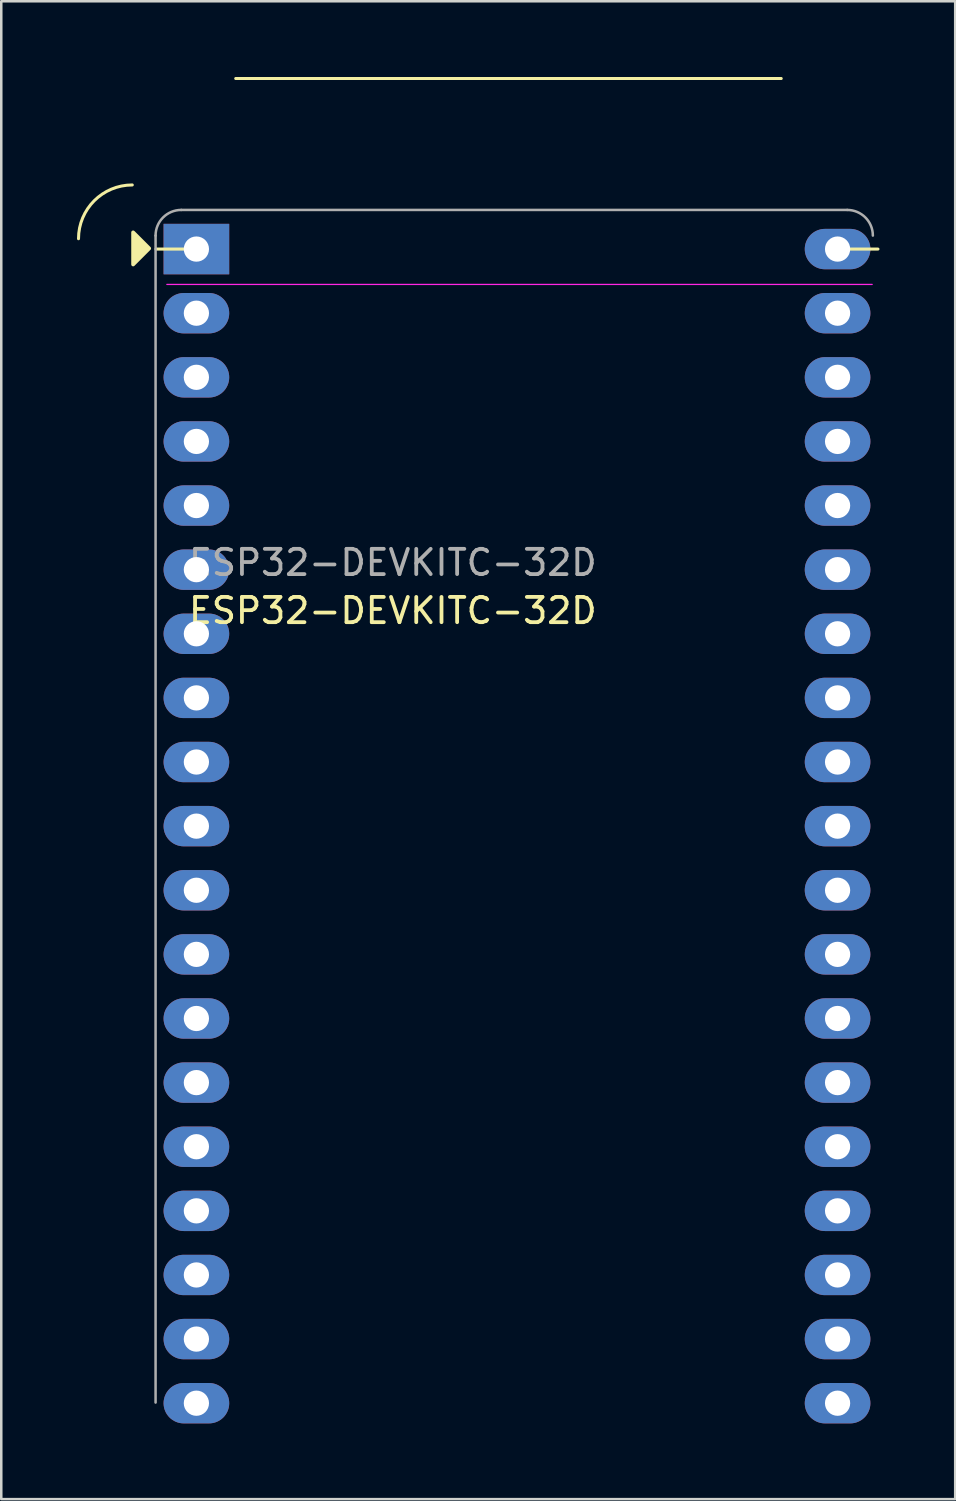
<source format=kicad_pcb>
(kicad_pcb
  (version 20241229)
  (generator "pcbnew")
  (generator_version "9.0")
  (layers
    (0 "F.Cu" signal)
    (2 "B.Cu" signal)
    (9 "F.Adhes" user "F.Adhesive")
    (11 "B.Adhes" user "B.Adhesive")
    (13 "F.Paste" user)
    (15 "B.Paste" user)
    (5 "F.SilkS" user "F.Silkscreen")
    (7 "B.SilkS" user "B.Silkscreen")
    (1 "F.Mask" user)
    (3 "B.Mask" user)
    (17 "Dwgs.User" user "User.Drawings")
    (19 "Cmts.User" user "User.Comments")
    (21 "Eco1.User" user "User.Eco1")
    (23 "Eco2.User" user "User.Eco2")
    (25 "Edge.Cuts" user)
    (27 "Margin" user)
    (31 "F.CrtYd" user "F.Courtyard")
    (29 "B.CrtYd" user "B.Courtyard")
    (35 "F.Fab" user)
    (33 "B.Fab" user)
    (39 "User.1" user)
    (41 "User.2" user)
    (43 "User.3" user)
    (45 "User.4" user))
  (footprint "ESP32-DEVKITC-32D"
    (layer "F.Cu")
    (at 4.73 6.817)
    (property "Reference" "ESP32-DEVKITC-32D" (at 7.781 14.325 0) (layer "F.SilkS") (effects (font (size 1 1) (thickness 0.15))))
    (attr through_hole)
    (fp_line (start 0 0) (end -1.6 0) (stroke (width 0.12) (type solid)) (layer "F.SilkS"))
    (fp_line (start 23.168 -6.757) (end 1.558 -6.757) (stroke (width 0.12) (type solid)) (layer "F.SilkS"))
    (fp_line (start 27 0) (end 25.4 0) (stroke (width 0.12) (type solid)) (layer "F.SilkS"))
    (fp_arc (start -4.67 -0.41) (mid -4.046137 -1.916137) (end -2.54 -2.54) (stroke (width 0.12) (type solid)) (layer "F.SilkS"))
    (fp_poly (pts (xy -2.506 -0.661) (xy -2.506 0.609) (xy -1.871 -0.026)) (stroke (width 0.15) (type solid)) (fill yes) (layer "F.SilkS"))
    (fp_line (start -1.17 1.4) (end 26.77 1.4) (stroke (width 0.05) (type solid)) (layer "F.CrtYd"))
    (fp_line (start -1.617 -0.534) (end -1.617 45.694) (stroke (width 0.1) (type solid)) (layer "F.Fab"))
    (fp_line (start -0.601 -1.55) (end 25.782 -1.55) (stroke (width 0.1) (type solid)) (layer "F.Fab"))
    (fp_arc (start -1.617 -0.534468) (mid -1.31942 -1.252888) (end -0.601 -1.550468) (stroke (width 0.1) (type solid)) (layer "F.Fab"))
    (fp_arc (start 25.78158 -1.550468) (mid 26.5 -1.252888) (end 26.79758 -0.534468) (stroke (width 0.1) (type solid)) (layer "F.Fab"))
    (fp_text user "${REFERENCE}" (at 7.781 12.42 0) (layer "F.Fab") (effects (font (size 1 1) (thickness 0.15))))
    (pad "1" thru_hole rect (at 0 0) (size 2.6 2) (drill 1) (layers "*.Cu" "*.Mask"))
    (pad "2" thru_hole oval (at 0 2.54) (size 2.6 1.6) (drill 1) (layers "*.Cu" "*.Mask"))
    (pad "3" thru_hole oval (at 0 5.08) (size 2.6 1.6) (drill 1) (layers "*.Cu" "*.Mask"))
    (pad "4" thru_hole oval (at 0 7.62) (size 2.6 1.6) (drill 1) (layers "*.Cu" "*.Mask"))
    (pad "5" thru_hole oval (at 0 10.16) (size 2.6 1.6) (drill 1) (layers "*.Cu" "*.Mask"))
    (pad "6" thru_hole oval (at 0 12.7) (size 2.6 1.6) (drill 1) (layers "*.Cu" "*.Mask"))
    (pad "7" thru_hole oval (at 0 15.24) (size 2.6 1.6) (drill 1) (layers "*.Cu" "*.Mask"))
    (pad "8" thru_hole oval (at 0 17.78) (size 2.6 1.6) (drill 1) (layers "*.Cu" "*.Mask"))
    (pad "9" thru_hole oval (at 0 20.32) (size 2.6 1.6) (drill 1) (layers "*.Cu" "*.Mask"))
    (pad "10" thru_hole oval (at 0 22.86) (size 2.6 1.6) (drill 1) (layers "*.Cu" "*.Mask"))
    (pad "11" thru_hole oval (at 0 25.4) (size 2.6 1.6) (drill 1) (layers "*.Cu" "*.Mask"))
    (pad "12" thru_hole oval (at 0 27.94) (size 2.6 1.6) (drill 1) (layers "*.Cu" "*.Mask"))
    (pad "13" thru_hole oval (at 0 30.48) (size 2.6 1.6) (drill 1) (layers "*.Cu" "*.Mask"))
    (pad "14" thru_hole oval (at 0 33.02) (size 2.6 1.6) (drill 1) (layers "*.Cu" "*.Mask"))
    (pad "15" thru_hole oval (at 0 35.56) (size 2.6 1.6) (drill 1) (layers "*.Cu" "*.Mask"))
    (pad "16" thru_hole oval (at 0 38.1) (size 2.6 1.6) (drill 1) (layers "*.Cu" "*.Mask"))
    (pad "17" thru_hole oval (at 0 40.64) (size 2.6 1.6) (drill 1) (layers "*.Cu" "*.Mask"))
    (pad "18" thru_hole oval (at 0 43.18) (size 2.6 1.6) (drill 1) (layers "*.Cu" "*.Mask"))
    (pad "19" thru_hole oval (at 0 45.72) (size 2.6 1.6) (drill 1) (layers "*.Cu" "*.Mask"))
    (pad "20" thru_hole oval (at 25.4 45.72) (size 2.6 1.6) (drill 1) (layers "*.Cu" "*.Mask"))
    (pad "21" thru_hole oval (at 25.4 43.18) (size 2.6 1.6) (drill 1) (layers "*.Cu" "*.Mask"))
    (pad "22" thru_hole oval (at 25.4 40.64) (size 2.6 1.6) (drill 1) (layers "*.Cu" "*.Mask"))
    (pad "23" thru_hole oval (at 25.4 38.1) (size 2.6 1.6) (drill 1) (layers "*.Cu" "*.Mask"))
    (pad "24" thru_hole oval (at 25.4 35.56) (size 2.6 1.6) (drill 1) (layers "*.Cu" "*.Mask"))
    (pad "25" thru_hole oval (at 25.4 33.02) (size 2.6 1.6) (drill 1) (layers "*.Cu" "*.Mask"))
    (pad "26" thru_hole oval (at 25.4 30.48) (size 2.6 1.6) (drill 1) (layers "*.Cu" "*.Mask"))
    (pad "27" thru_hole oval (at 25.4 27.94) (size 2.6 1.6) (drill 1) (layers "*.Cu" "*.Mask"))
    (pad "28" thru_hole oval (at 25.4 25.4) (size 2.6 1.6) (drill 1) (layers "*.Cu" "*.Mask"))
    (pad "29" thru_hole oval (at 25.4 22.86) (size 2.6 1.6) (drill 1) (layers "*.Cu" "*.Mask"))
    (pad "30" thru_hole oval (at 25.4 20.32) (size 2.6 1.6) (drill 1) (layers "*.Cu" "*.Mask"))
    (pad "31" thru_hole oval (at 25.4 17.78) (size 2.6 1.6) (drill 1) (layers "*.Cu" "*.Mask"))
    (pad "32" thru_hole oval (at 25.4 15.24) (size 2.6 1.6) (drill 1) (layers "*.Cu" "*.Mask"))
    (pad "33" thru_hole oval (at 25.4 12.7) (size 2.6 1.6) (drill 1) (layers "*.Cu" "*.Mask"))
    (pad "34" thru_hole oval (at 25.4 10.16) (size 2.6 1.6) (drill 1) (layers "*.Cu" "*.Mask"))
    (pad "35" thru_hole oval (at 25.4 7.62) (size 2.6 1.6) (drill 1) (layers "*.Cu" "*.Mask"))
    (pad "36" thru_hole oval (at 25.4 5.08) (size 2.6 1.6) (drill 1) (layers "*.Cu" "*.Mask"))
    (pad "37" thru_hole oval (at 25.4 2.54) (size 2.6 1.6) (drill 1) (layers "*.Cu" "*.Mask"))
    (pad "38" thru_hole oval (at 25.4 0) (size 2.6 1.6) (drill 1) (layers "*.Cu" "*.Mask")))
  (gr_rect
    (start -3 -3)
    (end 34.79 56.337)
    (stroke (width 0.1) (type default))
    (fill no)
    (layer "Edge.Cuts")))
</source>
